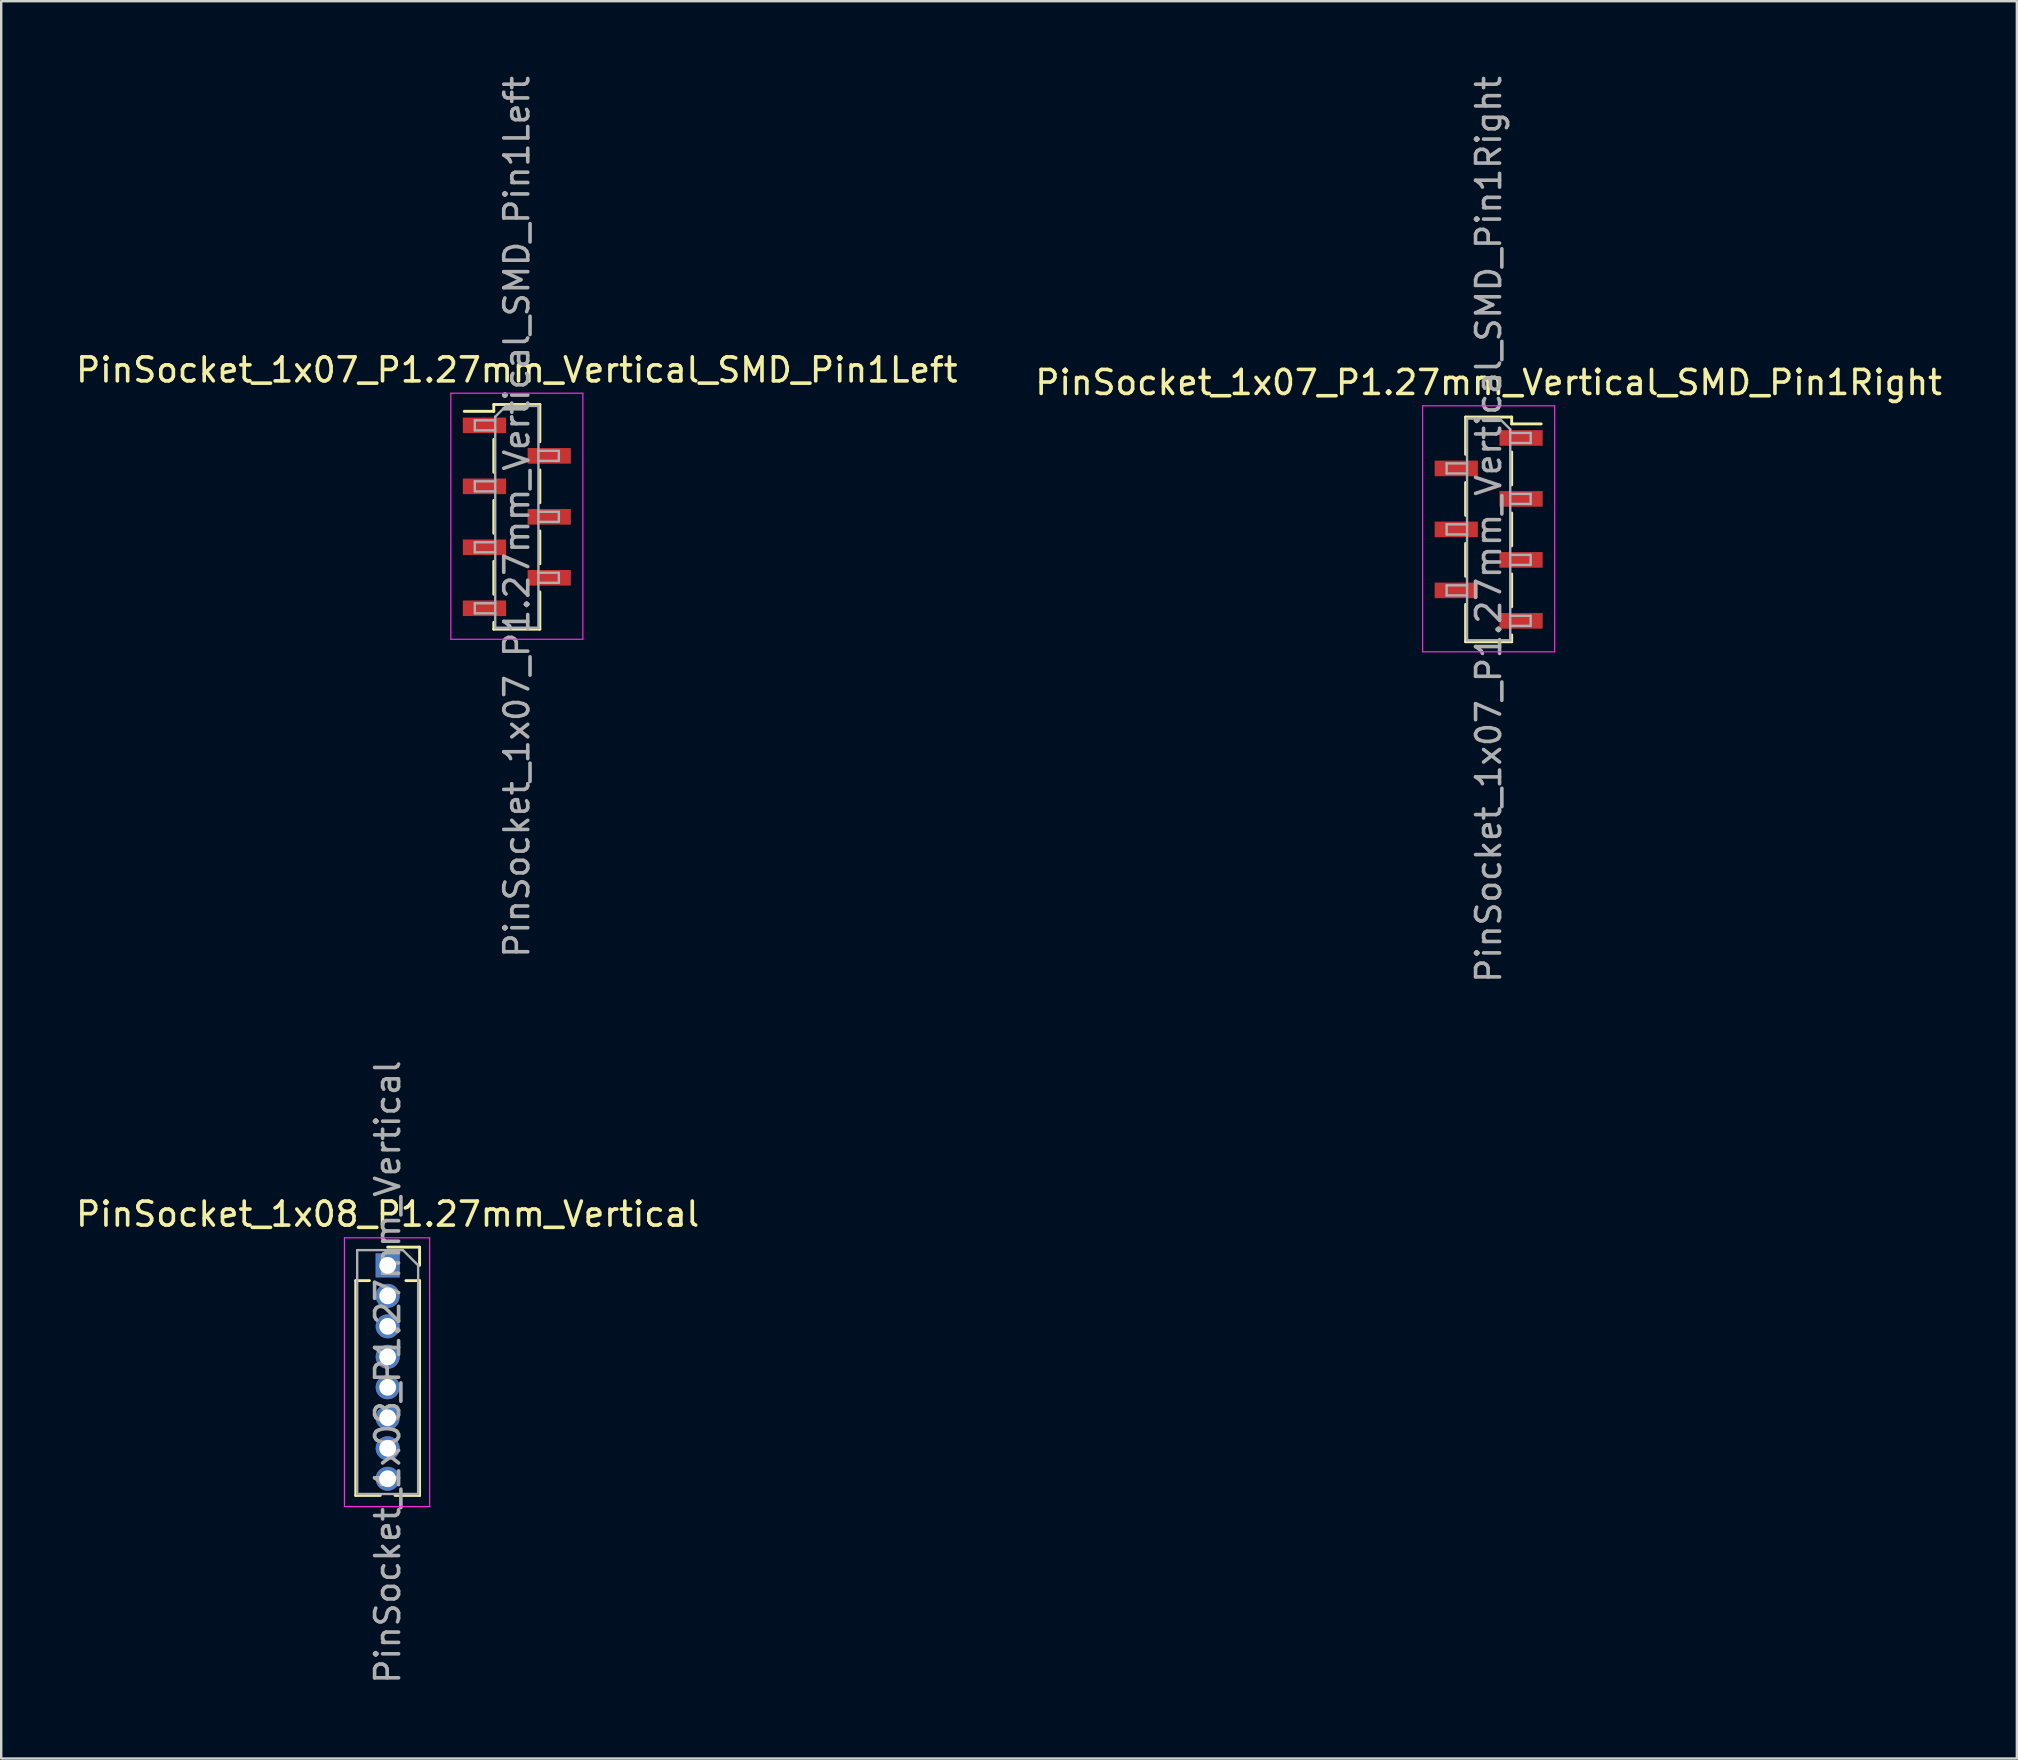
<source format=kicad_pcb>
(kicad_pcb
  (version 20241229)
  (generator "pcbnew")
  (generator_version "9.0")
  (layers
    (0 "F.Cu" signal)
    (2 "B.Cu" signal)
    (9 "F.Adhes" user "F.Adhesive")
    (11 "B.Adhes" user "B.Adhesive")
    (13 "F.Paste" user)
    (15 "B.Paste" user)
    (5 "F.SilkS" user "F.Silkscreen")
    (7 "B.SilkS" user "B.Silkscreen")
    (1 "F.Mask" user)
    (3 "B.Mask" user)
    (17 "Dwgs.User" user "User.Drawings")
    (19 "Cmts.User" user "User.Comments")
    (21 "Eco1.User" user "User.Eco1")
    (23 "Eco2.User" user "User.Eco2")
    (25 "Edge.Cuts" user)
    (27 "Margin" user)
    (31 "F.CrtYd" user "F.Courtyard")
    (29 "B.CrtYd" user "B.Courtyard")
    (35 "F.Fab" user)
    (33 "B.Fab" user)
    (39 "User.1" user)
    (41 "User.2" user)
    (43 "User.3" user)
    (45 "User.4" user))
  (footprint "PinSocket_1x07_P1.27mm_Vertical_SMD_Pin1Right"
    (layer "F.Cu")
    (at 58.97 19.006)
    (property "Reference" "PinSocket_1x07_P1.27mm_Vertical_SMD_Pin1Right" (at 0 -6.12 0) (layer "F.SilkS") (effects (font (size 1 1) (thickness 0.15))))
    (attr smd)
    (fp_line (start -0.96 -4.68) (end -0.96 -3.125) (stroke (width 0.12) (type solid)) (layer "F.SilkS"))
    (fp_line (start -0.96 -4.68) (end 0.96 -4.68) (stroke (width 0.12) (type solid)) (layer "F.SilkS"))
    (fp_line (start -0.96 -1.955) (end -0.96 -0.585) (stroke (width 0.12) (type solid)) (layer "F.SilkS"))
    (fp_line (start -0.96 0.585) (end -0.96 1.955) (stroke (width 0.12) (type solid)) (layer "F.SilkS"))
    (fp_line (start -0.96 3.125) (end -0.96 4.68) (stroke (width 0.12) (type solid)) (layer "F.SilkS"))
    (fp_line (start -0.96 4.68) (end 0.96 4.68) (stroke (width 0.12) (type solid)) (layer "F.SilkS"))
    (fp_line (start 0.96 -4.68) (end 0.96 -4.395) (stroke (width 0.12) (type solid)) (layer "F.SilkS"))
    (fp_line (start 0.96 -4.395) (end 2.19 -4.395) (stroke (width 0.12) (type solid)) (layer "F.SilkS"))
    (fp_line (start 0.96 -3.225) (end 0.96 -1.855) (stroke (width 0.12) (type solid)) (layer "F.SilkS"))
    (fp_line (start 0.96 -0.685) (end 0.96 0.685) (stroke (width 0.12) (type solid)) (layer "F.SilkS"))
    (fp_line (start 0.96 1.855) (end 0.96 3.225) (stroke (width 0.12) (type solid)) (layer "F.SilkS"))
    (fp_line (start 0.96 4.395) (end 0.96 4.68) (stroke (width 0.12) (type solid)) (layer "F.SilkS"))
    (fp_line (start -2.75 -5.15) (end 2.75 -5.15) (stroke (width 0.05) (type solid)) (layer "F.CrtYd"))
    (fp_line (start -2.75 5.1) (end -2.75 -5.15) (stroke (width 0.05) (type solid)) (layer "F.CrtYd"))
    (fp_line (start 2.75 -5.15) (end 2.75 5.1) (stroke (width 0.05) (type solid)) (layer "F.CrtYd"))
    (fp_line (start 2.75 5.1) (end -2.75 5.1) (stroke (width 0.05) (type solid)) (layer "F.CrtYd"))
    (fp_line (start -1.75 -2.75) (end -0.9 -2.75) (stroke (width 0.1) (type solid)) (layer "F.Fab"))
    (fp_line (start -1.75 -2.33) (end -1.75 -2.75) (stroke (width 0.1) (type solid)) (layer "F.Fab"))
    (fp_line (start -1.75 -0.21) (end -0.9 -0.21) (stroke (width 0.1) (type solid)) (layer "F.Fab"))
    (fp_line (start -1.75 0.21) (end -1.75 -0.21) (stroke (width 0.1) (type solid)) (layer "F.Fab"))
    (fp_line (start -1.75 2.33) (end -0.9 2.33) (stroke (width 0.1) (type solid)) (layer "F.Fab"))
    (fp_line (start -1.75 2.75) (end -1.75 2.33) (stroke (width 0.1) (type solid)) (layer "F.Fab"))
    (fp_line (start -0.9 -4.62) (end 0.45 -4.62) (stroke (width 0.1) (type solid)) (layer "F.Fab"))
    (fp_line (start -0.9 -2.33) (end -1.75 -2.33) (stroke (width 0.1) (type solid)) (layer "F.Fab"))
    (fp_line (start -0.9 0.21) (end -1.75 0.21) (stroke (width 0.1) (type solid)) (layer "F.Fab"))
    (fp_line (start -0.9 2.75) (end -1.75 2.75) (stroke (width 0.1) (type solid)) (layer "F.Fab"))
    (fp_line (start -0.9 4.62) (end -0.9 -4.62) (stroke (width 0.1) (type solid)) (layer "F.Fab"))
    (fp_line (start 0.45 -4.62) (end 0.9 -4.17) (stroke (width 0.1) (type solid)) (layer "F.Fab"))
    (fp_line (start 0.9 -4.17) (end 0.9 4.62) (stroke (width 0.1) (type solid)) (layer "F.Fab"))
    (fp_line (start 0.9 -4.02) (end 1.75 -4.02) (stroke (width 0.1) (type solid)) (layer "F.Fab"))
    (fp_line (start 0.9 -1.48) (end 1.75 -1.48) (stroke (width 0.1) (type solid)) (layer "F.Fab"))
    (fp_line (start 0.9 1.06) (end 1.75 1.06) (stroke (width 0.1) (type solid)) (layer "F.Fab"))
    (fp_line (start 0.9 3.6) (end 1.75 3.6) (stroke (width 0.1) (type solid)) (layer "F.Fab"))
    (fp_line (start 0.9 4.62) (end -0.9 4.62) (stroke (width 0.1) (type solid)) (layer "F.Fab"))
    (fp_line (start 1.75 -4.02) (end 1.75 -3.6) (stroke (width 0.1) (type solid)) (layer "F.Fab"))
    (fp_line (start 1.75 -3.6) (end 0.9 -3.6) (stroke (width 0.1) (type solid)) (layer "F.Fab"))
    (fp_line (start 1.75 -1.48) (end 1.75 -1.06) (stroke (width 0.1) (type solid)) (layer "F.Fab"))
    (fp_line (start 1.75 -1.06) (end 0.9 -1.06) (stroke (width 0.1) (type solid)) (layer "F.Fab"))
    (fp_line (start 1.75 1.06) (end 1.75 1.48) (stroke (width 0.1) (type solid)) (layer "F.Fab"))
    (fp_line (start 1.75 1.48) (end 0.9 1.48) (stroke (width 0.1) (type solid)) (layer "F.Fab"))
    (fp_line (start 1.75 3.6) (end 1.75 4.02) (stroke (width 0.1) (type solid)) (layer "F.Fab"))
    (fp_line (start 1.75 4.02) (end 0.9 4.02) (stroke (width 0.1) (type solid)) (layer "F.Fab"))
    (fp_text user "${REFERENCE}" (at 0 0 90) (layer "F.Fab") (effects (font (size 1 1) (thickness 0.15))))
    (pad "1" smd rect (at 1.35 -3.81) (size 1.8 0.65) (layers "F.Cu" "F.Mask" "F.Paste"))
    (pad "2" smd rect (at -1.35 -2.54) (size 1.8 0.65) (layers "F.Cu" "F.Mask" "F.Paste"))
    (pad "3" smd rect (at 1.35 -1.27) (size 1.8 0.65) (layers "F.Cu" "F.Mask" "F.Paste"))
    (pad "4" smd rect (at -1.35 0) (size 1.8 0.65) (layers "F.Cu" "F.Mask" "F.Paste"))
    (pad "5" smd rect (at 1.35 1.27) (size 1.8 0.65) (layers "F.Cu" "F.Mask" "F.Paste"))
    (pad "6" smd rect (at -1.35 2.54) (size 1.8 0.65) (layers "F.Cu" "F.Mask" "F.Paste"))
    (pad "7" smd rect (at 1.35 3.81) (size 1.8 0.65) (layers "F.Cu" "F.Mask" "F.Paste")))
  (footprint "PinSocket_1x08_P1.27mm_Vertical"
    (layer "F.Cu")
    (at 13.101 49.668)
    (property "Reference" "PinSocket_1x08_P1.27mm_Vertical" (at 0 -2.135 0) (layer "F.SilkS") (effects (font (size 1 1) (thickness 0.15))))
    (attr through_hole)
    (fp_line (start -1.33 0.635) (end -1.33 9.585) (stroke (width 0.12) (type solid)) (layer "F.SilkS"))
    (fp_line (start -1.33 0.635) (end -0.76 0.635) (stroke (width 0.12) (type solid)) (layer "F.SilkS"))
    (fp_line (start -1.33 9.585) (end -0.308 9.585) (stroke (width 0.12) (type solid)) (layer "F.SilkS"))
    (fp_line (start 0 -0.76) (end 1.33 -0.76) (stroke (width 0.12) (type solid)) (layer "F.SilkS"))
    (fp_line (start 0.308 9.585) (end 1.33 9.585) (stroke (width 0.12) (type solid)) (layer "F.SilkS"))
    (fp_line (start 0.76 0.635) (end 1.33 0.635) (stroke (width 0.12) (type solid)) (layer "F.SilkS"))
    (fp_line (start 1.33 -0.76) (end 1.33 0) (stroke (width 0.12) (type solid)) (layer "F.SilkS"))
    (fp_line (start 1.33 0.635) (end 1.33 9.585) (stroke (width 0.12) (type solid)) (layer "F.SilkS"))
    (fp_line (start -1.8 -1.15) (end 1.75 -1.15) (stroke (width 0.05) (type solid)) (layer "F.CrtYd"))
    (fp_line (start -1.8 10.05) (end -1.8 -1.15) (stroke (width 0.05) (type solid)) (layer "F.CrtYd"))
    (fp_line (start 1.75 -1.15) (end 1.75 10.05) (stroke (width 0.05) (type solid)) (layer "F.CrtYd"))
    (fp_line (start 1.75 10.05) (end -1.8 10.05) (stroke (width 0.05) (type solid)) (layer "F.CrtYd"))
    (fp_line (start -1.27 -0.635) (end 0.635 -0.635) (stroke (width 0.1) (type solid)) (layer "F.Fab"))
    (fp_line (start -1.27 9.525) (end -1.27 -0.635) (stroke (width 0.1) (type solid)) (layer "F.Fab"))
    (fp_line (start 0.635 -0.635) (end 1.27 0) (stroke (width 0.1) (type solid)) (layer "F.Fab"))
    (fp_line (start 1.27 0) (end 1.27 9.525) (stroke (width 0.1) (type solid)) (layer "F.Fab"))
    (fp_line (start 1.27 9.525) (end -1.27 9.525) (stroke (width 0.1) (type solid)) (layer "F.Fab"))
    (fp_text user "${REFERENCE}" (at 0 4.445 90) (layer "F.Fab") (effects (font (size 1 1) (thickness 0.15))))
    (pad "1" thru_hole rect (at 0 0) (size 1 1) (drill 0.7) (layers "*.Cu" "*.Mask"))
    (pad "2" thru_hole oval (at 0 1.27) (size 1 1) (drill 0.7) (layers "*.Cu" "*.Mask"))
    (pad "3" thru_hole oval (at 0 2.54) (size 1 1) (drill 0.7) (layers "*.Cu" "*.Mask"))
    (pad "4" thru_hole oval (at 0 3.81) (size 1 1) (drill 0.7) (layers "*.Cu" "*.Mask"))
    (pad "5" thru_hole oval (at 0 5.08) (size 1 1) (drill 0.7) (layers "*.Cu" "*.Mask"))
    (pad "6" thru_hole oval (at 0 6.35) (size 1 1) (drill 0.7) (layers "*.Cu" "*.Mask"))
    (pad "7" thru_hole oval (at 0 7.62) (size 1 1) (drill 0.7) (layers "*.Cu" "*.Mask"))
    (pad "8" thru_hole oval (at 0 8.89) (size 1 1) (drill 0.7) (layers "*.Cu" "*.Mask")))
  (footprint "PinSocket_1x07_P1.27mm_Vertical_SMD_Pin1Left"
    (layer "F.Cu")
    (at 18.482 18.482)
    (property "Reference" "PinSocket_1x07_P1.27mm_Vertical_SMD_Pin1Left" (at 0 -6.12 0) (layer "F.SilkS") (effects (font (size 1 1) (thickness 0.15))))
    (attr smd)
    (fp_line (start -2.19 -4.395) (end -0.96 -4.395) (stroke (width 0.12) (type solid)) (layer "F.SilkS"))
    (fp_line (start -0.96 -4.68) (end -0.96 -4.395) (stroke (width 0.12) (type solid)) (layer "F.SilkS"))
    (fp_line (start -0.96 -4.68) (end 0.96 -4.68) (stroke (width 0.12) (type solid)) (layer "F.SilkS"))
    (fp_line (start -0.96 -3.225) (end -0.96 -1.855) (stroke (width 0.12) (type solid)) (layer "F.SilkS"))
    (fp_line (start -0.96 -0.685) (end -0.96 0.685) (stroke (width 0.12) (type solid)) (layer "F.SilkS"))
    (fp_line (start -0.96 1.855) (end -0.96 3.225) (stroke (width 0.12) (type solid)) (layer "F.SilkS"))
    (fp_line (start -0.96 4.395) (end -0.96 4.68) (stroke (width 0.12) (type solid)) (layer "F.SilkS"))
    (fp_line (start -0.96 4.68) (end 0.96 4.68) (stroke (width 0.12) (type solid)) (layer "F.SilkS"))
    (fp_line (start 0.96 -4.68) (end 0.96 -3.125) (stroke (width 0.12) (type solid)) (layer "F.SilkS"))
    (fp_line (start 0.96 -1.955) (end 0.96 -0.585) (stroke (width 0.12) (type solid)) (layer "F.SilkS"))
    (fp_line (start 0.96 0.585) (end 0.96 1.955) (stroke (width 0.12) (type solid)) (layer "F.SilkS"))
    (fp_line (start 0.96 3.125) (end 0.96 4.68) (stroke (width 0.12) (type solid)) (layer "F.SilkS"))
    (fp_line (start -2.75 -5.15) (end 2.75 -5.15) (stroke (width 0.05) (type solid)) (layer "F.CrtYd"))
    (fp_line (start -2.75 5.1) (end -2.75 -5.15) (stroke (width 0.05) (type solid)) (layer "F.CrtYd"))
    (fp_line (start 2.75 -5.15) (end 2.75 5.1) (stroke (width 0.05) (type solid)) (layer "F.CrtYd"))
    (fp_line (start 2.75 5.1) (end -2.75 5.1) (stroke (width 0.05) (type solid)) (layer "F.CrtYd"))
    (fp_line (start -1.75 -4.02) (end -0.9 -4.02) (stroke (width 0.1) (type solid)) (layer "F.Fab"))
    (fp_line (start -1.75 -3.6) (end -1.75 -4.02) (stroke (width 0.1) (type solid)) (layer "F.Fab"))
    (fp_line (start -1.75 -1.48) (end -0.9 -1.48) (stroke (width 0.1) (type solid)) (layer "F.Fab"))
    (fp_line (start -1.75 -1.06) (end -1.75 -1.48) (stroke (width 0.1) (type solid)) (layer "F.Fab"))
    (fp_line (start -1.75 1.06) (end -0.9 1.06) (stroke (width 0.1) (type solid)) (layer "F.Fab"))
    (fp_line (start -1.75 1.48) (end -1.75 1.06) (stroke (width 0.1) (type solid)) (layer "F.Fab"))
    (fp_line (start -1.75 3.6) (end -0.9 3.6) (stroke (width 0.1) (type solid)) (layer "F.Fab"))
    (fp_line (start -1.75 4.02) (end -1.75 3.6) (stroke (width 0.1) (type solid)) (layer "F.Fab"))
    (fp_line (start -0.9 -4.17) (end -0.45 -4.62) (stroke (width 0.1) (type solid)) (layer "F.Fab"))
    (fp_line (start -0.9 -3.6) (end -1.75 -3.6) (stroke (width 0.1) (type solid)) (layer "F.Fab"))
    (fp_line (start -0.9 -1.06) (end -1.75 -1.06) (stroke (width 0.1) (type solid)) (layer "F.Fab"))
    (fp_line (start -0.9 1.48) (end -1.75 1.48) (stroke (width 0.1) (type solid)) (layer "F.Fab"))
    (fp_line (start -0.9 4.02) (end -1.75 4.02) (stroke (width 0.1) (type solid)) (layer "F.Fab"))
    (fp_line (start -0.9 4.62) (end -0.9 -4.17) (stroke (width 0.1) (type solid)) (layer "F.Fab"))
    (fp_line (start -0.45 -4.62) (end 0.9 -4.62) (stroke (width 0.1) (type solid)) (layer "F.Fab"))
    (fp_line (start 0.9 -4.62) (end 0.9 4.62) (stroke (width 0.1) (type solid)) (layer "F.Fab"))
    (fp_line (start 0.9 -2.75) (end 1.75 -2.75) (stroke (width 0.1) (type solid)) (layer "F.Fab"))
    (fp_line (start 0.9 -0.21) (end 1.75 -0.21) (stroke (width 0.1) (type solid)) (layer "F.Fab"))
    (fp_line (start 0.9 2.33) (end 1.75 2.33) (stroke (width 0.1) (type solid)) (layer "F.Fab"))
    (fp_line (start 0.9 4.62) (end -0.9 4.62) (stroke (width 0.1) (type solid)) (layer "F.Fab"))
    (fp_line (start 1.75 -2.75) (end 1.75 -2.33) (stroke (width 0.1) (type solid)) (layer "F.Fab"))
    (fp_line (start 1.75 -2.33) (end 0.9 -2.33) (stroke (width 0.1) (type solid)) (layer "F.Fab"))
    (fp_line (start 1.75 -0.21) (end 1.75 0.21) (stroke (width 0.1) (type solid)) (layer "F.Fab"))
    (fp_line (start 1.75 0.21) (end 0.9 0.21) (stroke (width 0.1) (type solid)) (layer "F.Fab"))
    (fp_line (start 1.75 2.33) (end 1.75 2.75) (stroke (width 0.1) (type solid)) (layer "F.Fab"))
    (fp_line (start 1.75 2.75) (end 0.9 2.75) (stroke (width 0.1) (type solid)) (layer "F.Fab"))
    (fp_text user "${REFERENCE}" (at 0 0 90) (layer "F.Fab") (effects (font (size 1 1) (thickness 0.15))))
    (pad "1" smd rect (at -1.35 -3.81) (size 1.8 0.65) (layers "F.Cu" "F.Mask" "F.Paste"))
    (pad "2" smd rect (at 1.35 -2.54) (size 1.8 0.65) (layers "F.Cu" "F.Mask" "F.Paste"))
    (pad "3" smd rect (at -1.35 -1.27) (size 1.8 0.65) (layers "F.Cu" "F.Mask" "F.Paste"))
    (pad "4" smd rect (at 1.35 0) (size 1.8 0.65) (layers "F.Cu" "F.Mask" "F.Paste"))
    (pad "5" smd rect (at -1.35 1.27) (size 1.8 0.65) (layers "F.Cu" "F.Mask" "F.Paste"))
    (pad "6" smd rect (at 1.35 2.54) (size 1.8 0.65) (layers "F.Cu" "F.Mask" "F.Paste"))
    (pad "7" smd rect (at -1.35 3.81) (size 1.8 0.65) (layers "F.Cu" "F.Mask" "F.Paste")))
  (gr_rect
    (start -3 -3)
    (end 80.976 70.214)
    (stroke (width 0.1) (type default))
    (fill no)
    (layer "Edge.Cuts")))
</source>
